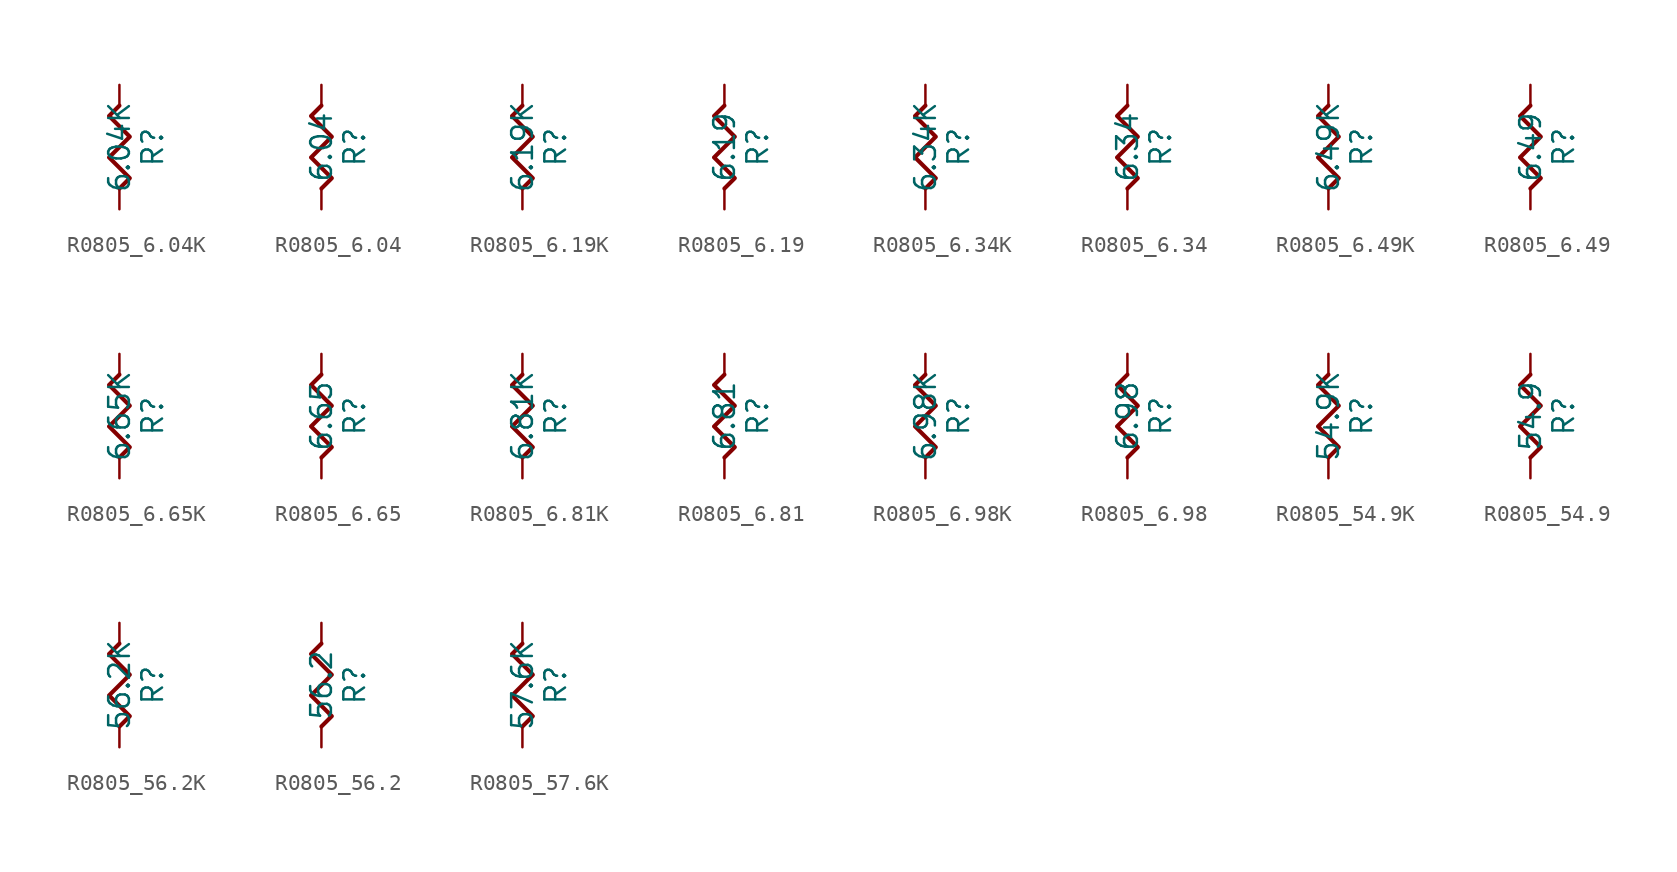
<source format=kicad_sym>
(kicad_symbol_lib
  (version 20211014)
  (generator atlantix-eda)
  (symbol "R0805_6.04K"
    (pin_numbers hide)
    (pin_names
      (offset 0))
    (property "Reference" "R"
      (at 2.032 0 90)
      (effects (font (size 1.27 1.27))))
    (property "Value" "6.04K"
      (at 0 0 90)
      (effects (font (size 1.27 1.27))))
    (symbol "R0805_6.04K_0_1"
      (polyline (pts (xy 0 -2.54) (xy 0.635 -1.905) (xy -0.635 -0.635) (xy 0.635 0.635) (xy -0.635 1.905) (xy 0 2.54)) (stroke (width 0.254) (type default) (color 0 0 0 0)) (fill (type none))))
    (symbol "R0805_6.04K_1_1"
      (pin passive line (at 0 3.81 270) (length 1.27) (name "~" (effects (font (size 1.27 1.27)))) (number "1" (effects (font (size 1.27 1.27)))))
      (pin passive line (at 0 -3.81 90) (length 1.27) (name "~" (effects (font (size 1.27 1.27)))) (number "2" (effects (font (size 1.27 1.27)))))))
  (symbol "R0805_6.04"
    (pin_numbers hide)
    (pin_names
      (offset 0))
    (property "Reference" "R"
      (at 2.032 0 90)
      (effects (font (size 1.27 1.27))))
    (property "Value" "6.04"
      (at 0 0 90)
      (effects (font (size 1.27 1.27))))
    (symbol "R0805_6.04_0_1"
      (polyline (pts (xy 0 -2.54) (xy 0.635 -1.905) (xy -0.635 -0.635) (xy 0.635 0.635) (xy -0.635 1.905) (xy 0 2.54)) (stroke (width 0.254) (type default) (color 0 0 0 0)) (fill (type none))))
    (symbol "R0805_6.04_1_1"
      (pin passive line (at 0 3.81 270) (length 1.27) (name "~" (effects (font (size 1.27 1.27)))) (number "1" (effects (font (size 1.27 1.27)))))
      (pin passive line (at 0 -3.81 90) (length 1.27) (name "~" (effects (font (size 1.27 1.27)))) (number "2" (effects (font (size 1.27 1.27)))))))
  (symbol "R0805_6.19K"
    (pin_numbers hide)
    (pin_names
      (offset 0))
    (property "Reference" "R"
      (at 2.032 0 90)
      (effects (font (size 1.27 1.27))))
    (property "Value" "6.19K"
      (at 0 0 90)
      (effects (font (size 1.27 1.27))))
    (symbol "R0805_6.19K_0_1"
      (polyline (pts (xy 0 -2.54) (xy 0.635 -1.905) (xy -0.635 -0.635) (xy 0.635 0.635) (xy -0.635 1.905) (xy 0 2.54)) (stroke (width 0.254) (type default) (color 0 0 0 0)) (fill (type none))))
    (symbol "R0805_6.19K_1_1"
      (pin passive line (at 0 3.81 270) (length 1.27) (name "~" (effects (font (size 1.27 1.27)))) (number "1" (effects (font (size 1.27 1.27)))))
      (pin passive line (at 0 -3.81 90) (length 1.27) (name "~" (effects (font (size 1.27 1.27)))) (number "2" (effects (font (size 1.27 1.27)))))))
  (symbol "R0805_6.19"
    (pin_numbers hide)
    (pin_names
      (offset 0))
    (property "Reference" "R"
      (at 2.032 0 90)
      (effects (font (size 1.27 1.27))))
    (property "Value" "6.19"
      (at 0 0 90)
      (effects (font (size 1.27 1.27))))
    (symbol "R0805_6.19_0_1"
      (polyline (pts (xy 0 -2.54) (xy 0.635 -1.905) (xy -0.635 -0.635) (xy 0.635 0.635) (xy -0.635 1.905) (xy 0 2.54)) (stroke (width 0.254) (type default) (color 0 0 0 0)) (fill (type none))))
    (symbol "R0805_6.19_1_1"
      (pin passive line (at 0 3.81 270) (length 1.27) (name "~" (effects (font (size 1.27 1.27)))) (number "1" (effects (font (size 1.27 1.27)))))
      (pin passive line (at 0 -3.81 90) (length 1.27) (name "~" (effects (font (size 1.27 1.27)))) (number "2" (effects (font (size 1.27 1.27)))))))
  (symbol "R0805_6.34K"
    (pin_numbers hide)
    (pin_names
      (offset 0))
    (property "Reference" "R"
      (at 2.032 0 90)
      (effects (font (size 1.27 1.27))))
    (property "Value" "6.34K"
      (at 0 0 90)
      (effects (font (size 1.27 1.27))))
    (symbol "R0805_6.34K_0_1"
      (polyline (pts (xy 0 -2.54) (xy 0.635 -1.905) (xy -0.635 -0.635) (xy 0.635 0.635) (xy -0.635 1.905) (xy 0 2.54)) (stroke (width 0.254) (type default) (color 0 0 0 0)) (fill (type none))))
    (symbol "R0805_6.34K_1_1"
      (pin passive line (at 0 3.81 270) (length 1.27) (name "~" (effects (font (size 1.27 1.27)))) (number "1" (effects (font (size 1.27 1.27)))))
      (pin passive line (at 0 -3.81 90) (length 1.27) (name "~" (effects (font (size 1.27 1.27)))) (number "2" (effects (font (size 1.27 1.27)))))))
  (symbol "R0805_6.34"
    (pin_numbers hide)
    (pin_names
      (offset 0))
    (property "Reference" "R"
      (at 2.032 0 90)
      (effects (font (size 1.27 1.27))))
    (property "Value" "6.34"
      (at 0 0 90)
      (effects (font (size 1.27 1.27))))
    (symbol "R0805_6.34_0_1"
      (polyline (pts (xy 0 -2.54) (xy 0.635 -1.905) (xy -0.635 -0.635) (xy 0.635 0.635) (xy -0.635 1.905) (xy 0 2.54)) (stroke (width 0.254) (type default) (color 0 0 0 0)) (fill (type none))))
    (symbol "R0805_6.34_1_1"
      (pin passive line (at 0 3.81 270) (length 1.27) (name "~" (effects (font (size 1.27 1.27)))) (number "1" (effects (font (size 1.27 1.27)))))
      (pin passive line (at 0 -3.81 90) (length 1.27) (name "~" (effects (font (size 1.27 1.27)))) (number "2" (effects (font (size 1.27 1.27)))))))
  (symbol "R0805_6.49K"
    (pin_numbers hide)
    (pin_names
      (offset 0))
    (property "Reference" "R"
      (at 2.032 0 90)
      (effects (font (size 1.27 1.27))))
    (property "Value" "6.49K"
      (at 0 0 90)
      (effects (font (size 1.27 1.27))))
    (symbol "R0805_6.49K_0_1"
      (polyline (pts (xy 0 -2.54) (xy 0.635 -1.905) (xy -0.635 -0.635) (xy 0.635 0.635) (xy -0.635 1.905) (xy 0 2.54)) (stroke (width 0.254) (type default) (color 0 0 0 0)) (fill (type none))))
    (symbol "R0805_6.49K_1_1"
      (pin passive line (at 0 3.81 270) (length 1.27) (name "~" (effects (font (size 1.27 1.27)))) (number "1" (effects (font (size 1.27 1.27)))))
      (pin passive line (at 0 -3.81 90) (length 1.27) (name "~" (effects (font (size 1.27 1.27)))) (number "2" (effects (font (size 1.27 1.27)))))))
  (symbol "R0805_6.49"
    (pin_numbers hide)
    (pin_names
      (offset 0))
    (property "Reference" "R"
      (at 2.032 0 90)
      (effects (font (size 1.27 1.27))))
    (property "Value" "6.49"
      (at 0 0 90)
      (effects (font (size 1.27 1.27))))
    (symbol "R0805_6.49_0_1"
      (polyline (pts (xy 0 -2.54) (xy 0.635 -1.905) (xy -0.635 -0.635) (xy 0.635 0.635) (xy -0.635 1.905) (xy 0 2.54)) (stroke (width 0.254) (type default) (color 0 0 0 0)) (fill (type none))))
    (symbol "R0805_6.49_1_1"
      (pin passive line (at 0 3.81 270) (length 1.27) (name "~" (effects (font (size 1.27 1.27)))) (number "1" (effects (font (size 1.27 1.27)))))
      (pin passive line (at 0 -3.81 90) (length 1.27) (name "~" (effects (font (size 1.27 1.27)))) (number "2" (effects (font (size 1.27 1.27)))))))
  (symbol "R0805_6.65K"
    (pin_numbers hide)
    (pin_names
      (offset 0))
    (property "Reference" "R"
      (at 2.032 0 90)
      (effects (font (size 1.27 1.27))))
    (property "Value" "6.65K"
      (at 0 0 90)
      (effects (font (size 1.27 1.27))))
    (symbol "R0805_6.65K_0_1"
      (polyline (pts (xy 0 -2.54) (xy 0.635 -1.905) (xy -0.635 -0.635) (xy 0.635 0.635) (xy -0.635 1.905) (xy 0 2.54)) (stroke (width 0.254) (type default) (color 0 0 0 0)) (fill (type none))))
    (symbol "R0805_6.65K_1_1"
      (pin passive line (at 0 3.81 270) (length 1.27) (name "~" (effects (font (size 1.27 1.27)))) (number "1" (effects (font (size 1.27 1.27)))))
      (pin passive line (at 0 -3.81 90) (length 1.27) (name "~" (effects (font (size 1.27 1.27)))) (number "2" (effects (font (size 1.27 1.27)))))))
  (symbol "R0805_6.65"
    (pin_numbers hide)
    (pin_names
      (offset 0))
    (property "Reference" "R"
      (at 2.032 0 90)
      (effects (font (size 1.27 1.27))))
    (property "Value" "6.65"
      (at 0 0 90)
      (effects (font (size 1.27 1.27))))
    (symbol "R0805_6.65_0_1"
      (polyline (pts (xy 0 -2.54) (xy 0.635 -1.905) (xy -0.635 -0.635) (xy 0.635 0.635) (xy -0.635 1.905) (xy 0 2.54)) (stroke (width 0.254) (type default) (color 0 0 0 0)) (fill (type none))))
    (symbol "R0805_6.65_1_1"
      (pin passive line (at 0 3.81 270) (length 1.27) (name "~" (effects (font (size 1.27 1.27)))) (number "1" (effects (font (size 1.27 1.27)))))
      (pin passive line (at 0 -3.81 90) (length 1.27) (name "~" (effects (font (size 1.27 1.27)))) (number "2" (effects (font (size 1.27 1.27)))))))
  (symbol "R0805_6.81K"
    (pin_numbers hide)
    (pin_names
      (offset 0))
    (property "Reference" "R"
      (at 2.032 0 90)
      (effects (font (size 1.27 1.27))))
    (property "Value" "6.81K"
      (at 0 0 90)
      (effects (font (size 1.27 1.27))))
    (symbol "R0805_6.81K_0_1"
      (polyline (pts (xy 0 -2.54) (xy 0.635 -1.905) (xy -0.635 -0.635) (xy 0.635 0.635) (xy -0.635 1.905) (xy 0 2.54)) (stroke (width 0.254) (type default) (color 0 0 0 0)) (fill (type none))))
    (symbol "R0805_6.81K_1_1"
      (pin passive line (at 0 3.81 270) (length 1.27) (name "~" (effects (font (size 1.27 1.27)))) (number "1" (effects (font (size 1.27 1.27)))))
      (pin passive line (at 0 -3.81 90) (length 1.27) (name "~" (effects (font (size 1.27 1.27)))) (number "2" (effects (font (size 1.27 1.27)))))))
  (symbol "R0805_6.81"
    (pin_numbers hide)
    (pin_names
      (offset 0))
    (property "Reference" "R"
      (at 2.032 0 90)
      (effects (font (size 1.27 1.27))))
    (property "Value" "6.81"
      (at 0 0 90)
      (effects (font (size 1.27 1.27))))
    (symbol "R0805_6.81_0_1"
      (polyline (pts (xy 0 -2.54) (xy 0.635 -1.905) (xy -0.635 -0.635) (xy 0.635 0.635) (xy -0.635 1.905) (xy 0 2.54)) (stroke (width 0.254) (type default) (color 0 0 0 0)) (fill (type none))))
    (symbol "R0805_6.81_1_1"
      (pin passive line (at 0 3.81 270) (length 1.27) (name "~" (effects (font (size 1.27 1.27)))) (number "1" (effects (font (size 1.27 1.27)))))
      (pin passive line (at 0 -3.81 90) (length 1.27) (name "~" (effects (font (size 1.27 1.27)))) (number "2" (effects (font (size 1.27 1.27)))))))
  (symbol "R0805_6.98K"
    (pin_numbers hide)
    (pin_names
      (offset 0))
    (property "Reference" "R"
      (at 2.032 0 90)
      (effects (font (size 1.27 1.27))))
    (property "Value" "6.98K"
      (at 0 0 90)
      (effects (font (size 1.27 1.27))))
    (symbol "R0805_6.98K_0_1"
      (polyline (pts (xy 0 -2.54) (xy 0.635 -1.905) (xy -0.635 -0.635) (xy 0.635 0.635) (xy -0.635 1.905) (xy 0 2.54)) (stroke (width 0.254) (type default) (color 0 0 0 0)) (fill (type none))))
    (symbol "R0805_6.98K_1_1"
      (pin passive line (at 0 3.81 270) (length 1.27) (name "~" (effects (font (size 1.27 1.27)))) (number "1" (effects (font (size 1.27 1.27)))))
      (pin passive line (at 0 -3.81 90) (length 1.27) (name "~" (effects (font (size 1.27 1.27)))) (number "2" (effects (font (size 1.27 1.27)))))))
  (symbol "R0805_6.98"
    (pin_numbers hide)
    (pin_names
      (offset 0))
    (property "Reference" "R"
      (at 2.032 0 90)
      (effects (font (size 1.27 1.27))))
    (property "Value" "6.98"
      (at 0 0 90)
      (effects (font (size 1.27 1.27))))
    (symbol "R0805_6.98_0_1"
      (polyline (pts (xy 0 -2.54) (xy 0.635 -1.905) (xy -0.635 -0.635) (xy 0.635 0.635) (xy -0.635 1.905) (xy 0 2.54)) (stroke (width 0.254) (type default) (color 0 0 0 0)) (fill (type none))))
    (symbol "R0805_6.98_1_1"
      (pin passive line (at 0 3.81 270) (length 1.27) (name "~" (effects (font (size 1.27 1.27)))) (number "1" (effects (font (size 1.27 1.27)))))
      (pin passive line (at 0 -3.81 90) (length 1.27) (name "~" (effects (font (size 1.27 1.27)))) (number "2" (effects (font (size 1.27 1.27)))))))
  (symbol "R0805_54.9K"
    (pin_numbers hide)
    (pin_names
      (offset 0))
    (property "Reference" "R"
      (at 2.032 0 90)
      (effects (font (size 1.27 1.27))))
    (property "Value" "54.9K"
      (at 0 0 90)
      (effects (font (size 1.27 1.27))))
    (symbol "R0805_54.9K_0_1"
      (polyline (pts (xy 0 -2.54) (xy 0.635 -1.905) (xy -0.635 -0.635) (xy 0.635 0.635) (xy -0.635 1.905) (xy 0 2.54)) (stroke (width 0.254) (type default) (color 0 0 0 0)) (fill (type none))))
    (symbol "R0805_54.9K_1_1"
      (pin passive line (at 0 3.81 270) (length 1.27) (name "~" (effects (font (size 1.27 1.27)))) (number "1" (effects (font (size 1.27 1.27)))))
      (pin passive line (at 0 -3.81 90) (length 1.27) (name "~" (effects (font (size 1.27 1.27)))) (number "2" (effects (font (size 1.27 1.27)))))))
  (symbol "R0805_54.9"
    (pin_numbers hide)
    (pin_names
      (offset 0))
    (property "Reference" "R"
      (at 2.032 0 90)
      (effects (font (size 1.27 1.27))))
    (property "Value" "54.9"
      (at 0 0 90)
      (effects (font (size 1.27 1.27))))
    (symbol "R0805_54.9_0_1"
      (polyline (pts (xy 0 -2.54) (xy 0.635 -1.905) (xy -0.635 -0.635) (xy 0.635 0.635) (xy -0.635 1.905) (xy 0 2.54)) (stroke (width 0.254) (type default) (color 0 0 0 0)) (fill (type none))))
    (symbol "R0805_54.9_1_1"
      (pin passive line (at 0 3.81 270) (length 1.27) (name "~" (effects (font (size 1.27 1.27)))) (number "1" (effects (font (size 1.27 1.27)))))
      (pin passive line (at 0 -3.81 90) (length 1.27) (name "~" (effects (font (size 1.27 1.27)))) (number "2" (effects (font (size 1.27 1.27)))))))
  (symbol "R0805_56.2K"
    (pin_numbers hide)
    (pin_names
      (offset 0))
    (property "Reference" "R"
      (at 2.032 0 90)
      (effects (font (size 1.27 1.27))))
    (property "Value" "56.2K"
      (at 0 0 90)
      (effects (font (size 1.27 1.27))))
    (symbol "R0805_56.2K_0_1"
      (polyline (pts (xy 0 -2.54) (xy 0.635 -1.905) (xy -0.635 -0.635) (xy 0.635 0.635) (xy -0.635 1.905) (xy 0 2.54)) (stroke (width 0.254) (type default) (color 0 0 0 0)) (fill (type none))))
    (symbol "R0805_56.2K_1_1"
      (pin passive line (at 0 3.81 270) (length 1.27) (name "~" (effects (font (size 1.27 1.27)))) (number "1" (effects (font (size 1.27 1.27)))))
      (pin passive line (at 0 -3.81 90) (length 1.27) (name "~" (effects (font (size 1.27 1.27)))) (number "2" (effects (font (size 1.27 1.27)))))))
  (symbol "R0805_56.2"
    (pin_numbers hide)
    (pin_names
      (offset 0))
    (property "Reference" "R"
      (at 2.032 0 90)
      (effects (font (size 1.27 1.27))))
    (property "Value" "56.2"
      (at 0 0 90)
      (effects (font (size 1.27 1.27))))
    (symbol "R0805_56.2_0_1"
      (polyline (pts (xy 0 -2.54) (xy 0.635 -1.905) (xy -0.635 -0.635) (xy 0.635 0.635) (xy -0.635 1.905) (xy 0 2.54)) (stroke (width 0.254) (type default) (color 0 0 0 0)) (fill (type none))))
    (symbol "R0805_56.2_1_1"
      (pin passive line (at 0 3.81 270) (length 1.27) (name "~" (effects (font (size 1.27 1.27)))) (number "1" (effects (font (size 1.27 1.27)))))
      (pin passive line (at 0 -3.81 90) (length 1.27) (name "~" (effects (font (size 1.27 1.27)))) (number "2" (effects (font (size 1.27 1.27)))))))
  (symbol "R0805_57.6K"
    (pin_numbers hide)
    (pin_names
      (offset 0))
    (property "Reference" "R"
      (at 2.032 0 90)
      (effects (font (size 1.27 1.27))))
    (property "Value" "57.6K"
      (at 0 0 90)
      (effects (font (size 1.27 1.27))))
    (symbol "R0805_57.6K_0_1"
      (polyline (pts (xy 0 -2.54) (xy 0.635 -1.905) (xy -0.635 -0.635) (xy 0.635 0.635) (xy -0.635 1.905) (xy 0 2.54)) (stroke (width 0.254) (type default) (color 0 0 0 0)) (fill (type none))))
    (symbol "R0805_57.6K_1_1"
      (pin passive line (at 0 3.81 270) (length 1.27) (name "~" (effects (font (size 1.27 1.27)))) (number "1" (effects (font (size 1.27 1.27)))))
      (pin passive line (at 0 -3.81 90) (length 1.27) (name "~" (effects (font (size 1.27 1.27)))) (number "2" (effects (font (size 1.27 1.27))))))))
</source>
